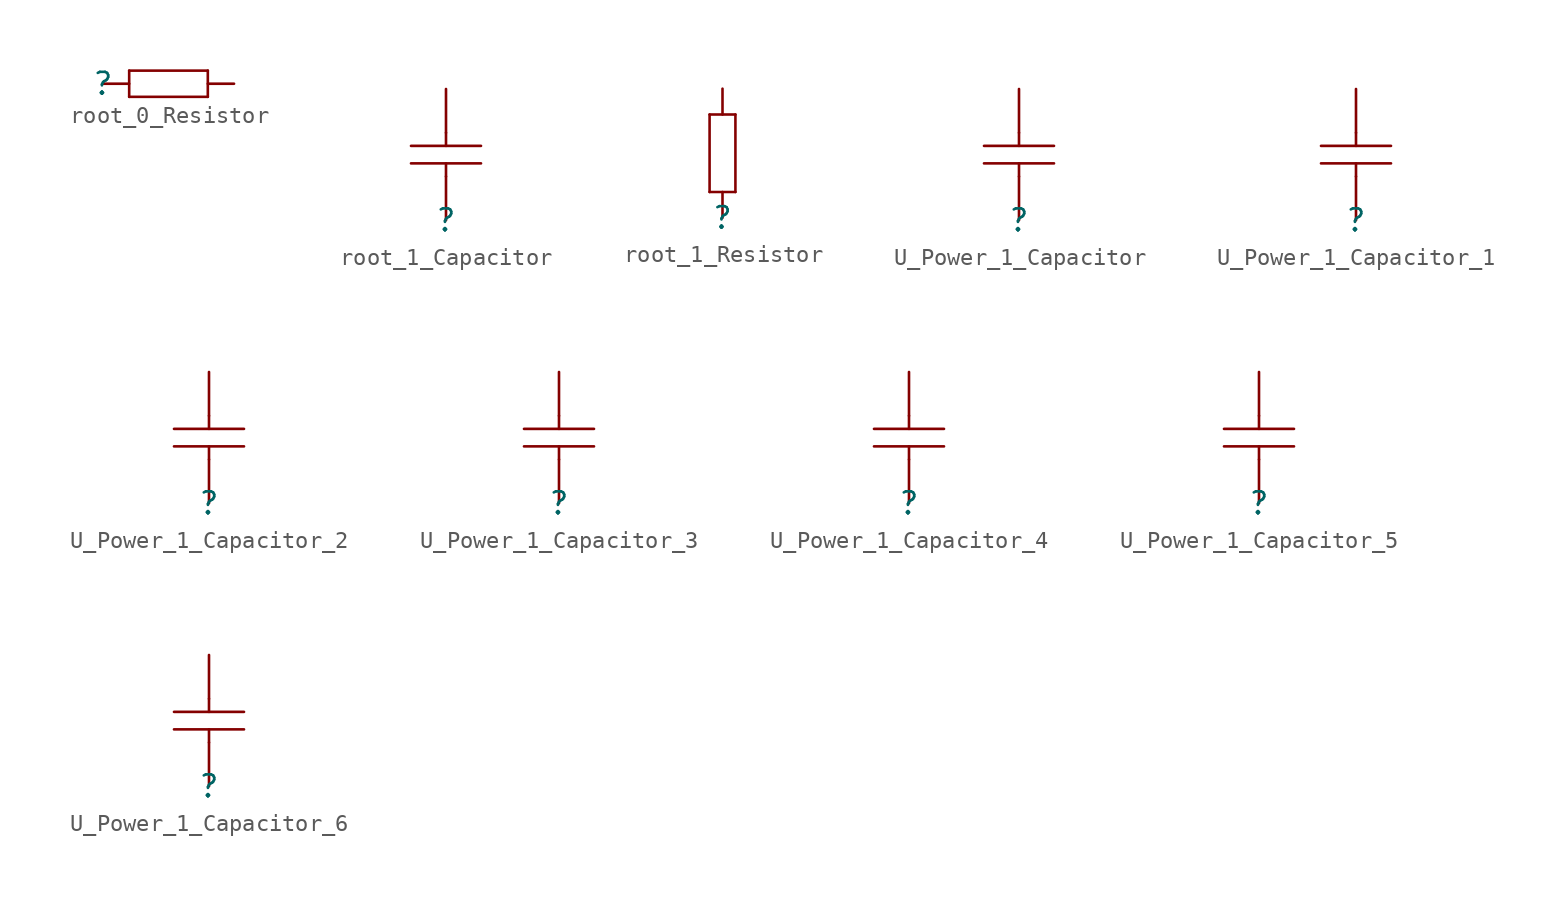
<source format=kicad_sym>
(kicad_symbol_lib
  (version 20241209)
  (generator "kicad_symbol_editor")
  (generator_version "9.0")
  (symbol "root_0_Resistor"
    (pin_numbers
      (hide yes))
    (pin_names
      (hide yes))
    (property "Reference" ""
      (at 0 0 0)
      (effects (font (size 1.27 1.27))))
    (property "Value" ""
      (at 0 0 0)
      (effects (font (size 1.27 1.27))))
    (symbol "root_0_Resistor_1_0"
      (polyline (pts (xy 1.524 0.762) (xy 1.524 -0.762)) (stroke (width 0) (type solid)) (fill (type none)))
      (polyline (pts (xy 1.524 -0.762) (xy 6.096 -0.762)) (stroke (width 0) (type solid)) (fill (type none)))
      (polyline (pts (xy 6.096 0.762) (xy 1.524 0.762)) (stroke (width 0) (type solid)) (fill (type none)))
      (polyline (pts (xy 6.096 -0.762) (xy 6.096 0.762)) (stroke (width 0) (type solid)) (fill (type none)))
      (pin passive line (at 0 0 0) (length 1.524) (name "1" (effects (font (size 1.27 1.27)))) (number "1" (effects (font (size 1.27 1.27)))))
      (pin passive line (at 7.62 0 180) (length 1.524) (name "2" (effects (font (size 1.27 1.27)))) (number "2" (effects (font (size 1.27 1.27)))))))
  (symbol "root_1_Capacitor"
    (pin_numbers
      (hide yes))
    (pin_names
      (hide yes))
    (property "Reference" ""
      (at 0 0 0)
      (effects (font (size 1.27 1.27))))
    (property "Value" ""
      (at 0 0 0)
      (effects (font (size 1.27 1.27))))
    (symbol "root_1_Capacitor_1_0"
      (polyline (pts (xy -2.032 4.318) (xy 2.032 4.318)) (stroke (width 0) (type solid)) (fill (type none)))
      (polyline (pts (xy 0 5.08) (xy 0 4.318)) (stroke (width 0) (type solid)) (fill (type none)))
      (polyline (pts (xy 0 2.54) (xy 0 3.302)) (stroke (width 0) (type solid)) (fill (type none)))
      (polyline (pts (xy 2.032 3.302) (xy -2.032 3.302)) (stroke (width 0) (type solid)) (fill (type none)))
      (pin passive line (at 0 7.62 270) (length 2.54) (name "2" (effects (font (size 1.27 1.27)))) (number "2" (effects (font (size 1.27 1.27)))))
      (pin passive line (at 0 0 90) (length 2.54) (name "1" (effects (font (size 1.27 1.27)))) (number "1" (effects (font (size 1.27 1.27)))))))
  (symbol "root_1_Resistor"
    (pin_numbers
      (hide yes))
    (pin_names
      (hide yes))
    (property "Reference" ""
      (at 0 0 0)
      (effects (font (size 1.27 1.27))))
    (property "Value" ""
      (at 0 0 0)
      (effects (font (size 1.27 1.27))))
    (symbol "root_1_Resistor_1_0"
      (polyline (pts (xy -0.762 6.096) (xy -0.762 1.524)) (stroke (width 0) (type solid)) (fill (type none)))
      (polyline (pts (xy -0.762 1.524) (xy 0.762 1.524)) (stroke (width 0) (type solid)) (fill (type none)))
      (polyline (pts (xy 0.762 6.096) (xy -0.762 6.096)) (stroke (width 0) (type solid)) (fill (type none)))
      (polyline (pts (xy 0.762 1.524) (xy 0.762 6.096)) (stroke (width 0) (type solid)) (fill (type none)))
      (pin passive line (at 0 7.62 270) (length 1.524) (name "2" (effects (font (size 1.27 1.27)))) (number "2" (effects (font (size 1.27 1.27)))))
      (pin passive line (at 0 0 90) (length 1.524) (name "1" (effects (font (size 1.27 1.27)))) (number "1" (effects (font (size 1.27 1.27)))))))
  (symbol "U_Power_1_Capacitor"
    (pin_numbers
      (hide yes))
    (pin_names
      (hide yes))
    (property "Reference" ""
      (at 0 0 0)
      (effects (font (size 1.27 1.27))))
    (property "Value" ""
      (at 0 0 0)
      (effects (font (size 1.27 1.27))))
    (symbol "U_Power_1_Capacitor_1_0"
      (polyline (pts (xy -2.032 4.318) (xy 2.032 4.318)) (stroke (width 0) (type solid)) (fill (type none)))
      (polyline (pts (xy 0 5.08) (xy 0 4.318)) (stroke (width 0) (type solid)) (fill (type none)))
      (polyline (pts (xy 0 2.54) (xy 0 3.302)) (stroke (width 0) (type solid)) (fill (type none)))
      (polyline (pts (xy 2.032 3.302) (xy -2.032 3.302)) (stroke (width 0) (type solid)) (fill (type none)))
      (pin passive line (at 0 7.62 270) (length 2.54) (name "2" (effects (font (size 1.27 1.27)))) (number "2" (effects (font (size 1.27 1.27)))))
      (pin passive line (at 0 0 90) (length 2.54) (name "1" (effects (font (size 1.27 1.27)))) (number "1" (effects (font (size 1.27 1.27)))))))
  (symbol "U_Power_1_Capacitor_1"
    (pin_numbers
      (hide yes))
    (pin_names
      (hide yes))
    (property "Reference" ""
      (at 0 0 0)
      (effects (font (size 1.27 1.27))))
    (property "Value" ""
      (at 0 0 0)
      (effects (font (size 1.27 1.27))))
    (symbol "U_Power_1_Capacitor_1_1_0"
      (polyline (pts (xy -2.032 4.318) (xy 2.032 4.318)) (stroke (width 0) (type solid)) (fill (type none)))
      (polyline (pts (xy 0 5.08) (xy 0 4.318)) (stroke (width 0) (type solid)) (fill (type none)))
      (polyline (pts (xy 0 2.54) (xy 0 3.302)) (stroke (width 0) (type solid)) (fill (type none)))
      (polyline (pts (xy 2.032 3.302) (xy -2.032 3.302)) (stroke (width 0) (type solid)) (fill (type none)))
      (pin passive line (at 0 7.62 270) (length 2.54) (name "2" (effects (font (size 1.27 1.27)))) (number "2" (effects (font (size 1.27 1.27)))))
      (pin passive line (at 0 0 90) (length 2.54) (name "1" (effects (font (size 1.27 1.27)))) (number "1" (effects (font (size 1.27 1.27)))))))
  (symbol "U_Power_1_Capacitor_2"
    (pin_numbers
      (hide yes))
    (pin_names
      (hide yes))
    (property "Reference" ""
      (at 0 0 0)
      (effects (font (size 1.27 1.27))))
    (property "Value" ""
      (at 0 0 0)
      (effects (font (size 1.27 1.27))))
    (symbol "U_Power_1_Capacitor_2_1_0"
      (polyline (pts (xy -2.032 4.318) (xy 2.032 4.318)) (stroke (width 0) (type solid)) (fill (type none)))
      (polyline (pts (xy 0 5.08) (xy 0 4.318)) (stroke (width 0) (type solid)) (fill (type none)))
      (polyline (pts (xy 0 2.54) (xy 0 3.302)) (stroke (width 0) (type solid)) (fill (type none)))
      (polyline (pts (xy 2.032 3.302) (xy -2.032 3.302)) (stroke (width 0) (type solid)) (fill (type none)))
      (pin passive line (at 0 7.62 270) (length 2.54) (name "2" (effects (font (size 1.27 1.27)))) (number "2" (effects (font (size 1.27 1.27)))))
      (pin passive line (at 0 0 90) (length 2.54) (name "1" (effects (font (size 1.27 1.27)))) (number "1" (effects (font (size 1.27 1.27)))))))
  (symbol "U_Power_1_Capacitor_3"
    (pin_numbers
      (hide yes))
    (pin_names
      (hide yes))
    (property "Reference" ""
      (at 0 0 0)
      (effects (font (size 1.27 1.27))))
    (property "Value" ""
      (at 0 0 0)
      (effects (font (size 1.27 1.27))))
    (symbol "U_Power_1_Capacitor_3_1_0"
      (polyline (pts (xy -2.032 4.318) (xy 2.032 4.318)) (stroke (width 0) (type solid)) (fill (type none)))
      (polyline (pts (xy 0 5.08) (xy 0 4.318)) (stroke (width 0) (type solid)) (fill (type none)))
      (polyline (pts (xy 0 2.54) (xy 0 3.302)) (stroke (width 0) (type solid)) (fill (type none)))
      (polyline (pts (xy 2.032 3.302) (xy -2.032 3.302)) (stroke (width 0) (type solid)) (fill (type none)))
      (pin passive line (at 0 7.62 270) (length 2.54) (name "2" (effects (font (size 1.27 1.27)))) (number "2" (effects (font (size 1.27 1.27)))))
      (pin passive line (at 0 0 90) (length 2.54) (name "1" (effects (font (size 1.27 1.27)))) (number "1" (effects (font (size 1.27 1.27)))))))
  (symbol "U_Power_1_Capacitor_4"
    (pin_numbers
      (hide yes))
    (pin_names
      (hide yes))
    (property "Reference" ""
      (at 0 0 0)
      (effects (font (size 1.27 1.27))))
    (property "Value" ""
      (at 0 0 0)
      (effects (font (size 1.27 1.27))))
    (symbol "U_Power_1_Capacitor_4_1_0"
      (polyline (pts (xy -2.032 4.318) (xy 2.032 4.318)) (stroke (width 0) (type solid)) (fill (type none)))
      (polyline (pts (xy 0 5.08) (xy 0 4.318)) (stroke (width 0) (type solid)) (fill (type none)))
      (polyline (pts (xy 0 2.54) (xy 0 3.302)) (stroke (width 0) (type solid)) (fill (type none)))
      (polyline (pts (xy 2.032 3.302) (xy -2.032 3.302)) (stroke (width 0) (type solid)) (fill (type none)))
      (pin passive line (at 0 7.62 270) (length 2.54) (name "2" (effects (font (size 1.27 1.27)))) (number "2" (effects (font (size 1.27 1.27)))))
      (pin passive line (at 0 0 90) (length 2.54) (name "1" (effects (font (size 1.27 1.27)))) (number "1" (effects (font (size 1.27 1.27)))))))
  (symbol "U_Power_1_Capacitor_5"
    (pin_numbers
      (hide yes))
    (pin_names
      (hide yes))
    (property "Reference" ""
      (at 0 0 0)
      (effects (font (size 1.27 1.27))))
    (property "Value" ""
      (at 0 0 0)
      (effects (font (size 1.27 1.27))))
    (symbol "U_Power_1_Capacitor_5_1_0"
      (polyline (pts (xy -2.032 4.318) (xy 2.032 4.318)) (stroke (width 0) (type solid)) (fill (type none)))
      (polyline (pts (xy 0 5.08) (xy 0 4.318)) (stroke (width 0) (type solid)) (fill (type none)))
      (polyline (pts (xy 0 2.54) (xy 0 3.302)) (stroke (width 0) (type solid)) (fill (type none)))
      (polyline (pts (xy 2.032 3.302) (xy -2.032 3.302)) (stroke (width 0) (type solid)) (fill (type none)))
      (pin passive line (at 0 7.62 270) (length 2.54) (name "2" (effects (font (size 1.27 1.27)))) (number "2" (effects (font (size 1.27 1.27)))))
      (pin passive line (at 0 0 90) (length 2.54) (name "1" (effects (font (size 1.27 1.27)))) (number "1" (effects (font (size 1.27 1.27)))))))
  (symbol "U_Power_1_Capacitor_6"
    (pin_numbers
      (hide yes))
    (pin_names
      (hide yes))
    (property "Reference" ""
      (at 0 0 0)
      (effects (font (size 1.27 1.27))))
    (property "Value" ""
      (at 0 0 0)
      (effects (font (size 1.27 1.27))))
    (symbol "U_Power_1_Capacitor_6_1_0"
      (polyline (pts (xy -2.032 4.318) (xy 2.032 4.318)) (stroke (width 0) (type solid)) (fill (type none)))
      (polyline (pts (xy 0 5.08) (xy 0 4.318)) (stroke (width 0) (type solid)) (fill (type none)))
      (polyline (pts (xy 0 2.54) (xy 0 3.302)) (stroke (width 0) (type solid)) (fill (type none)))
      (polyline (pts (xy 2.032 3.302) (xy -2.032 3.302)) (stroke (width 0) (type solid)) (fill (type none)))
      (pin passive line (at 0 7.62 270) (length 2.54) (name "2" (effects (font (size 1.27 1.27)))) (number "2" (effects (font (size 1.27 1.27)))))
      (pin passive line (at 0 0 90) (length 2.54) (name "1" (effects (font (size 1.27 1.27)))) (number "1" (effects (font (size 1.27 1.27))))))))
</source>
